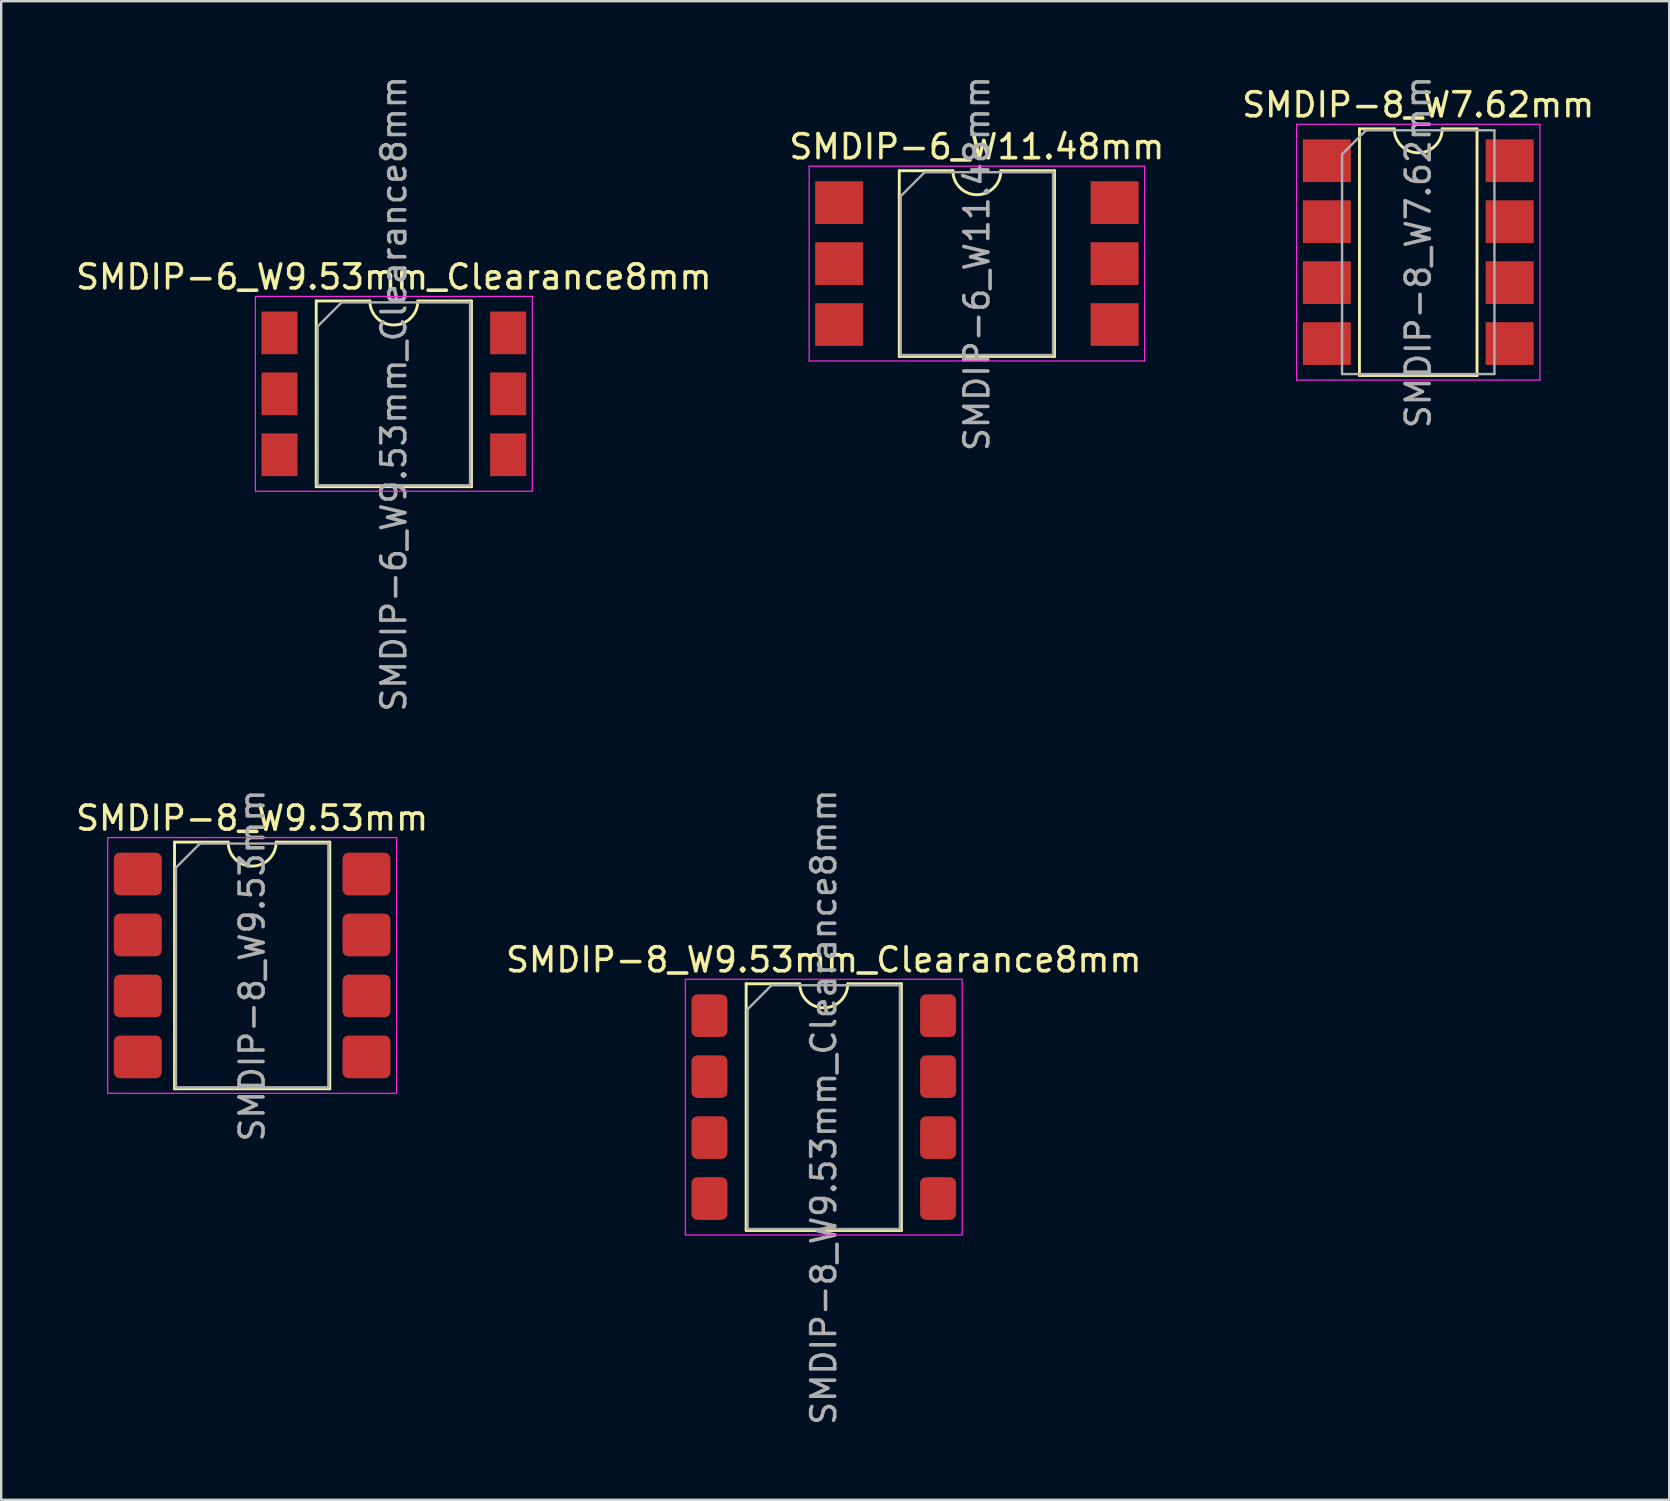
<source format=kicad_pcb>
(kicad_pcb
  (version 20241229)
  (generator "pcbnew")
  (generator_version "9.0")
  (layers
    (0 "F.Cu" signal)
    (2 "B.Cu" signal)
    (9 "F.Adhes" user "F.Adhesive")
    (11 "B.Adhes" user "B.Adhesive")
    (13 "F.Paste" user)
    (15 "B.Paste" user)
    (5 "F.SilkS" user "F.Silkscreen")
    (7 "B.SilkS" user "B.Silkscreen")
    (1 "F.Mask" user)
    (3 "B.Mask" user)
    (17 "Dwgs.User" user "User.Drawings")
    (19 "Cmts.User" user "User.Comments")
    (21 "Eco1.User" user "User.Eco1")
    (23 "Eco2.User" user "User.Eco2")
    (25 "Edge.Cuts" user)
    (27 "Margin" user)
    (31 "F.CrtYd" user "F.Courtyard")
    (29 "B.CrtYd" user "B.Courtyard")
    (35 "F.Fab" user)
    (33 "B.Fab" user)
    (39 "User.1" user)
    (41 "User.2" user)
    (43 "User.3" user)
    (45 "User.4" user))
  (footprint "SMDIP-8_W9.53mm_Clearance8mm"
    (layer "F.Cu")
    (at 31.28 43.089)
    (property "Reference" "SMDIP-8_W9.53mm_Clearance8mm" (at 0 -6.14 0) (layer "F.SilkS") (effects (font (size 1 1) (thickness 0.15))))
    (attr smd)
    (fp_line (start -3.235 -5.14) (end -3.235 5.14) (stroke (width 0.12) (type solid)) (layer "F.SilkS"))
    (fp_line (start -3.235 5.14) (end 3.235 5.14) (stroke (width 0.12) (type solid)) (layer "F.SilkS"))
    (fp_line (start -1 -5.14) (end -3.235 -5.14) (stroke (width 0.12) (type solid)) (layer "F.SilkS"))
    (fp_line (start 3.235 -5.14) (end 1 -5.14) (stroke (width 0.12) (type solid)) (layer "F.SilkS"))
    (fp_line (start 3.235 5.14) (end 3.235 -5.14) (stroke (width 0.12) (type solid)) (layer "F.SilkS"))
    (fp_arc (start 1 -5.14) (mid 0 -4.14) (end -1 -5.14) (stroke (width 0.12) (type solid)) (layer "F.SilkS"))
    (fp_rect (start -5.77 -5.33) (end 5.77 5.33) (stroke (width 0.05) (type solid)) (fill no) (layer "F.CrtYd"))
    (fp_line (start -3.175 -4.08) (end -2.175 -5.08) (stroke (width 0.1) (type solid)) (layer "F.Fab"))
    (fp_line (start -3.175 5.08) (end -3.175 -4.08) (stroke (width 0.1) (type solid)) (layer "F.Fab"))
    (fp_line (start -2.175 -5.08) (end 3.175 -5.08) (stroke (width 0.1) (type solid)) (layer "F.Fab"))
    (fp_line (start 3.175 -5.08) (end 3.175 5.08) (stroke (width 0.1) (type solid)) (layer "F.Fab"))
    (fp_line (start 3.175 5.08) (end -3.175 5.08) (stroke (width 0.1) (type solid)) (layer "F.Fab"))
    (fp_text user "${REFERENCE}" (at 0 0 90) (layer "F.Fab") (effects (font (size 1 1) (thickness 0.15))))
    (pad "1" smd roundrect (at -4.765 -3.81) (size 1.5 1.78) (layers "F.Cu" "F.Mask" "F.Paste") (roundrect_rratio 0.167))
    (pad "2" smd roundrect (at -4.765 -1.27) (size 1.5 1.78) (layers "F.Cu" "F.Mask" "F.Paste") (roundrect_rratio 0.167))
    (pad "3" smd roundrect (at -4.765 1.27) (size 1.5 1.78) (layers "F.Cu" "F.Mask" "F.Paste") (roundrect_rratio 0.167))
    (pad "4" smd roundrect (at -4.765 3.81) (size 1.5 1.78) (layers "F.Cu" "F.Mask" "F.Paste") (roundrect_rratio 0.167))
    (pad "5" smd roundrect (at 4.765 3.81) (size 1.5 1.78) (layers "F.Cu" "F.Mask" "F.Paste") (roundrect_rratio 0.167))
    (pad "6" smd roundrect (at 4.765 1.27) (size 1.5 1.78) (layers "F.Cu" "F.Mask" "F.Paste") (roundrect_rratio 0.167))
    (pad "7" smd roundrect (at 4.765 -1.27) (size 1.5 1.78) (layers "F.Cu" "F.Mask" "F.Paste") (roundrect_rratio 0.167))
    (pad "8" smd roundrect (at 4.765 -3.81) (size 1.5 1.78) (layers "F.Cu" "F.Mask" "F.Paste") (roundrect_rratio 0.167)))
  (footprint "SMDIP-6_W11.48mm"
    (layer "F.Cu")
    (at 37.661 7.935)
    (property "Reference" "SMDIP-6_W11.48mm" (at 0 -4.87 0) (layer "F.SilkS") (effects (font (size 1 1) (thickness 0.15))))
    (attr smd)
    (fp_line (start -3.235 -3.87) (end -3.235 3.87) (stroke (width 0.12) (type solid)) (layer "F.SilkS"))
    (fp_line (start -3.235 3.87) (end 3.235 3.87) (stroke (width 0.12) (type solid)) (layer "F.SilkS"))
    (fp_line (start -1 -3.87) (end -3.235 -3.87) (stroke (width 0.12) (type solid)) (layer "F.SilkS"))
    (fp_line (start 3.235 -3.87) (end 1 -3.87) (stroke (width 0.12) (type solid)) (layer "F.SilkS"))
    (fp_line (start 3.235 3.87) (end 3.235 -3.87) (stroke (width 0.12) (type solid)) (layer "F.SilkS"))
    (fp_arc (start 1 -3.87) (mid 0 -2.87) (end -1 -3.87) (stroke (width 0.12) (type solid)) (layer "F.SilkS"))
    (fp_line (start -6.99 -4.06) (end -6.99 4.06) (stroke (width 0.05) (type solid)) (layer "F.CrtYd"))
    (fp_line (start -6.99 4.06) (end 6.99 4.06) (stroke (width 0.05) (type solid)) (layer "F.CrtYd"))
    (fp_line (start 6.99 -4.06) (end -6.99 -4.06) (stroke (width 0.05) (type solid)) (layer "F.CrtYd"))
    (fp_line (start 6.99 4.06) (end 6.99 -4.06) (stroke (width 0.05) (type solid)) (layer "F.CrtYd"))
    (fp_line (start -3.175 -2.81) (end -2.175 -3.81) (stroke (width 0.1) (type solid)) (layer "F.Fab"))
    (fp_line (start -3.175 3.81) (end -3.175 -2.81) (stroke (width 0.1) (type solid)) (layer "F.Fab"))
    (fp_line (start -2.175 -3.81) (end 3.175 -3.81) (stroke (width 0.1) (type solid)) (layer "F.Fab"))
    (fp_line (start 3.175 -3.81) (end 3.175 3.81) (stroke (width 0.1) (type solid)) (layer "F.Fab"))
    (fp_line (start 3.175 3.81) (end -3.175 3.81) (stroke (width 0.1) (type solid)) (layer "F.Fab"))
    (fp_text user "${REFERENCE}" (at 0 0 90) (layer "F.Fab") (effects (font (size 1 1) (thickness 0.15))))
    (pad "1" smd rect (at -5.74 -2.54) (size 2 1.78) (layers "F.Cu" "F.Mask" "F.Paste"))
    (pad "2" smd rect (at -5.74 0) (size 2 1.78) (layers "F.Cu" "F.Mask" "F.Paste"))
    (pad "3" smd rect (at -5.74 2.54) (size 2 1.78) (layers "F.Cu" "F.Mask" "F.Paste"))
    (pad "4" smd rect (at 5.74 2.54) (size 2 1.78) (layers "F.Cu" "F.Mask" "F.Paste"))
    (pad "5" smd rect (at 5.74 0) (size 2 1.78) (layers "F.Cu" "F.Mask" "F.Paste"))
    (pad "6" smd rect (at 5.74 -2.54) (size 2 1.78) (layers "F.Cu" "F.Mask" "F.Paste")))
  (footprint "SMDIP-8_W9.53mm"
    (layer "F.Cu")
    (at 7.458 37.185)
    (property "Reference" "SMDIP-8_W9.53mm" (at 0 -6.14 0) (layer "F.SilkS") (effects (font (size 1 1) (thickness 0.15))))
    (attr smd)
    (fp_line (start -3.235 -5.14) (end -3.235 5.14) (stroke (width 0.12) (type solid)) (layer "F.SilkS"))
    (fp_line (start -3.235 5.14) (end 3.235 5.14) (stroke (width 0.12) (type solid)) (layer "F.SilkS"))
    (fp_line (start -1 -5.14) (end -3.235 -5.14) (stroke (width 0.12) (type solid)) (layer "F.SilkS"))
    (fp_line (start 3.235 -5.14) (end 1 -5.14) (stroke (width 0.12) (type solid)) (layer "F.SilkS"))
    (fp_line (start 3.235 5.14) (end 3.235 -5.14) (stroke (width 0.12) (type solid)) (layer "F.SilkS"))
    (fp_arc (start 1 -5.14) (mid 0 -4.14) (end -1 -5.14) (stroke (width 0.12) (type solid)) (layer "F.SilkS"))
    (fp_rect (start -6.02 -5.33) (end 6.02 5.33) (stroke (width 0.05) (type solid)) (fill no) (layer "F.CrtYd"))
    (fp_line (start -3.175 -4.08) (end -2.175 -5.08) (stroke (width 0.1) (type solid)) (layer "F.Fab"))
    (fp_line (start -3.175 5.08) (end -3.175 -4.08) (stroke (width 0.1) (type solid)) (layer "F.Fab"))
    (fp_line (start -2.175 -5.08) (end 3.175 -5.08) (stroke (width 0.1) (type solid)) (layer "F.Fab"))
    (fp_line (start 3.175 -5.08) (end 3.175 5.08) (stroke (width 0.1) (type solid)) (layer "F.Fab"))
    (fp_line (start 3.175 5.08) (end -3.175 5.08) (stroke (width 0.1) (type solid)) (layer "F.Fab"))
    (fp_text user "${REFERENCE}" (at 0 0 90) (layer "F.Fab") (effects (font (size 1 1) (thickness 0.15))))
    (pad "1" smd roundrect (at -4.765 -3.81) (size 2 1.78) (layers "F.Cu" "F.Mask" "F.Paste") (roundrect_rratio 0.14))
    (pad "2" smd roundrect (at -4.765 -1.27) (size 2 1.78) (layers "F.Cu" "F.Mask" "F.Paste") (roundrect_rratio 0.14))
    (pad "3" smd roundrect (at -4.765 1.27) (size 2 1.78) (layers "F.Cu" "F.Mask" "F.Paste") (roundrect_rratio 0.14))
    (pad "4" smd roundrect (at -4.765 3.81) (size 2 1.78) (layers "F.Cu" "F.Mask" "F.Paste") (roundrect_rratio 0.14))
    (pad "5" smd roundrect (at 4.765 3.81) (size 2 1.78) (layers "F.Cu" "F.Mask" "F.Paste") (roundrect_rratio 0.14))
    (pad "6" smd roundrect (at 4.765 1.27) (size 2 1.78) (layers "F.Cu" "F.Mask" "F.Paste") (roundrect_rratio 0.14))
    (pad "7" smd roundrect (at 4.765 -1.27) (size 2 1.78) (layers "F.Cu" "F.Mask" "F.Paste") (roundrect_rratio 0.14))
    (pad "8" smd roundrect (at 4.765 -3.81) (size 2 1.78) (layers "F.Cu" "F.Mask" "F.Paste") (roundrect_rratio 0.14)))
  (footprint "SMDIP-6_W9.53mm_Clearance8mm"
    (layer "F.Cu")
    (at 13.363 13.363)
    (property "Reference" "SMDIP-6_W9.53mm_Clearance8mm" (at 0 -4.87 0) (layer "F.SilkS") (effects (font (size 1 1) (thickness 0.15))))
    (attr smd)
    (fp_line (start -3.235 -3.87) (end -3.235 3.87) (stroke (width 0.12) (type solid)) (layer "F.SilkS"))
    (fp_line (start -3.235 3.87) (end 3.235 3.87) (stroke (width 0.12) (type solid)) (layer "F.SilkS"))
    (fp_line (start -1 -3.87) (end -3.235 -3.87) (stroke (width 0.12) (type solid)) (layer "F.SilkS"))
    (fp_line (start 3.235 -3.87) (end 1 -3.87) (stroke (width 0.12) (type solid)) (layer "F.SilkS"))
    (fp_line (start 3.235 3.87) (end 3.235 -3.87) (stroke (width 0.12) (type solid)) (layer "F.SilkS"))
    (fp_arc (start 1 -3.87) (mid 0 -2.87) (end -1 -3.87) (stroke (width 0.12) (type solid)) (layer "F.SilkS"))
    (fp_line (start -5.77 -4.06) (end -5.77 4.06) (stroke (width 0.05) (type solid)) (layer "F.CrtYd"))
    (fp_line (start -5.77 4.06) (end 5.77 4.06) (stroke (width 0.05) (type solid)) (layer "F.CrtYd"))
    (fp_line (start 5.77 -4.06) (end -5.77 -4.06) (stroke (width 0.05) (type solid)) (layer "F.CrtYd"))
    (fp_line (start 5.77 4.06) (end 5.77 -4.06) (stroke (width 0.05) (type solid)) (layer "F.CrtYd"))
    (fp_line (start -3.175 -2.81) (end -2.175 -3.81) (stroke (width 0.1) (type solid)) (layer "F.Fab"))
    (fp_line (start -3.175 3.81) (end -3.175 -2.81) (stroke (width 0.1) (type solid)) (layer "F.Fab"))
    (fp_line (start -2.175 -3.81) (end 3.175 -3.81) (stroke (width 0.1) (type solid)) (layer "F.Fab"))
    (fp_line (start 3.175 -3.81) (end 3.175 3.81) (stroke (width 0.1) (type solid)) (layer "F.Fab"))
    (fp_line (start 3.175 3.81) (end -3.175 3.81) (stroke (width 0.1) (type solid)) (layer "F.Fab"))
    (fp_text user "${REFERENCE}" (at 0 0 90) (layer "F.Fab") (effects (font (size 1 1) (thickness 0.15))))
    (pad "1" smd rect (at -4.765 -2.54) (size 1.5 1.78) (layers "F.Cu" "F.Mask" "F.Paste"))
    (pad "2" smd rect (at -4.765 0) (size 1.5 1.78) (layers "F.Cu" "F.Mask" "F.Paste"))
    (pad "3" smd rect (at -4.765 2.54) (size 1.5 1.78) (layers "F.Cu" "F.Mask" "F.Paste"))
    (pad "4" smd rect (at 4.765 2.54) (size 1.5 1.78) (layers "F.Cu" "F.Mask" "F.Paste"))
    (pad "5" smd rect (at 4.765 0) (size 1.5 1.78) (layers "F.Cu" "F.Mask" "F.Paste"))
    (pad "6" smd rect (at 4.765 -2.54) (size 1.5 1.78) (layers "F.Cu" "F.Mask" "F.Paste")))
  (footprint "SMDIP-8_W7.62mm"
    (layer "F.Cu")
    (at 56.054 7.458)
    (property "Reference" "SMDIP-8_W7.62mm" (at 0 -6.14 0) (layer "F.SilkS") (effects (font (size 1 1) (thickness 0.15))))
    (attr smd)
    (fp_line (start -2.45 -5.14) (end -2.45 5.14) (stroke (width 0.12) (type solid)) (layer "F.SilkS"))
    (fp_line (start -2.45 5.14) (end 2.45 5.14) (stroke (width 0.12) (type solid)) (layer "F.SilkS"))
    (fp_line (start -1 -5.14) (end -2.45 -5.14) (stroke (width 0.12) (type solid)) (layer "F.SilkS"))
    (fp_line (start 2.45 -5.14) (end 1 -5.14) (stroke (width 0.12) (type solid)) (layer "F.SilkS"))
    (fp_line (start 2.45 5.14) (end 2.45 -5.14) (stroke (width 0.12) (type solid)) (layer "F.SilkS"))
    (fp_arc (start 1 -5.14) (mid 0 -4.14) (end -1 -5.14) (stroke (width 0.12) (type solid)) (layer "F.SilkS"))
    (fp_line (start -5.07 -5.33) (end -5.07 5.33) (stroke (width 0.05) (type solid)) (layer "F.CrtYd"))
    (fp_line (start -5.07 5.33) (end 5.07 5.33) (stroke (width 0.05) (type solid)) (layer "F.CrtYd"))
    (fp_line (start 5.07 -5.33) (end -5.07 -5.33) (stroke (width 0.05) (type solid)) (layer "F.CrtYd"))
    (fp_line (start 5.07 5.33) (end 5.07 -5.33) (stroke (width 0.05) (type solid)) (layer "F.CrtYd"))
    (fp_line (start -3.175 -4.08) (end -2.175 -5.08) (stroke (width 0.1) (type solid)) (layer "F.Fab"))
    (fp_line (start -3.175 5.08) (end -3.175 -4.08) (stroke (width 0.1) (type solid)) (layer "F.Fab"))
    (fp_line (start -2.175 -5.08) (end 3.175 -5.08) (stroke (width 0.1) (type solid)) (layer "F.Fab"))
    (fp_line (start 3.175 -5.08) (end 3.175 5.08) (stroke (width 0.1) (type solid)) (layer "F.Fab"))
    (fp_line (start 3.175 5.08) (end -3.175 5.08) (stroke (width 0.1) (type solid)) (layer "F.Fab"))
    (fp_text user "${REFERENCE}" (at 0 0 90) (layer "F.Fab") (effects (font (size 1 1) (thickness 0.15))))
    (pad "1" smd rect (at -3.81 -3.81) (size 2 1.78) (layers "F.Cu" "F.Mask" "F.Paste"))
    (pad "2" smd rect (at -3.81 -1.27) (size 2 1.78) (layers "F.Cu" "F.Mask" "F.Paste"))
    (pad "3" smd rect (at -3.81 1.27) (size 2 1.78) (layers "F.Cu" "F.Mask" "F.Paste"))
    (pad "4" smd rect (at -3.81 3.81) (size 2 1.78) (layers "F.Cu" "F.Mask" "F.Paste"))
    (pad "5" smd rect (at 3.81 3.81) (size 2 1.78) (layers "F.Cu" "F.Mask" "F.Paste"))
    (pad "6" smd rect (at 3.81 1.27) (size 2 1.78) (layers "F.Cu" "F.Mask" "F.Paste"))
    (pad "7" smd rect (at 3.81 -1.27) (size 2 1.78) (layers "F.Cu" "F.Mask" "F.Paste"))
    (pad "8" smd rect (at 3.81 -3.81) (size 2 1.78) (layers "F.Cu" "F.Mask" "F.Paste")))
  (gr_rect
    (start -3 -3)
    (end 66.512 59.452)
    (stroke (width 0.1) (type default))
    (fill no)
    (layer "Edge.Cuts")))
</source>
